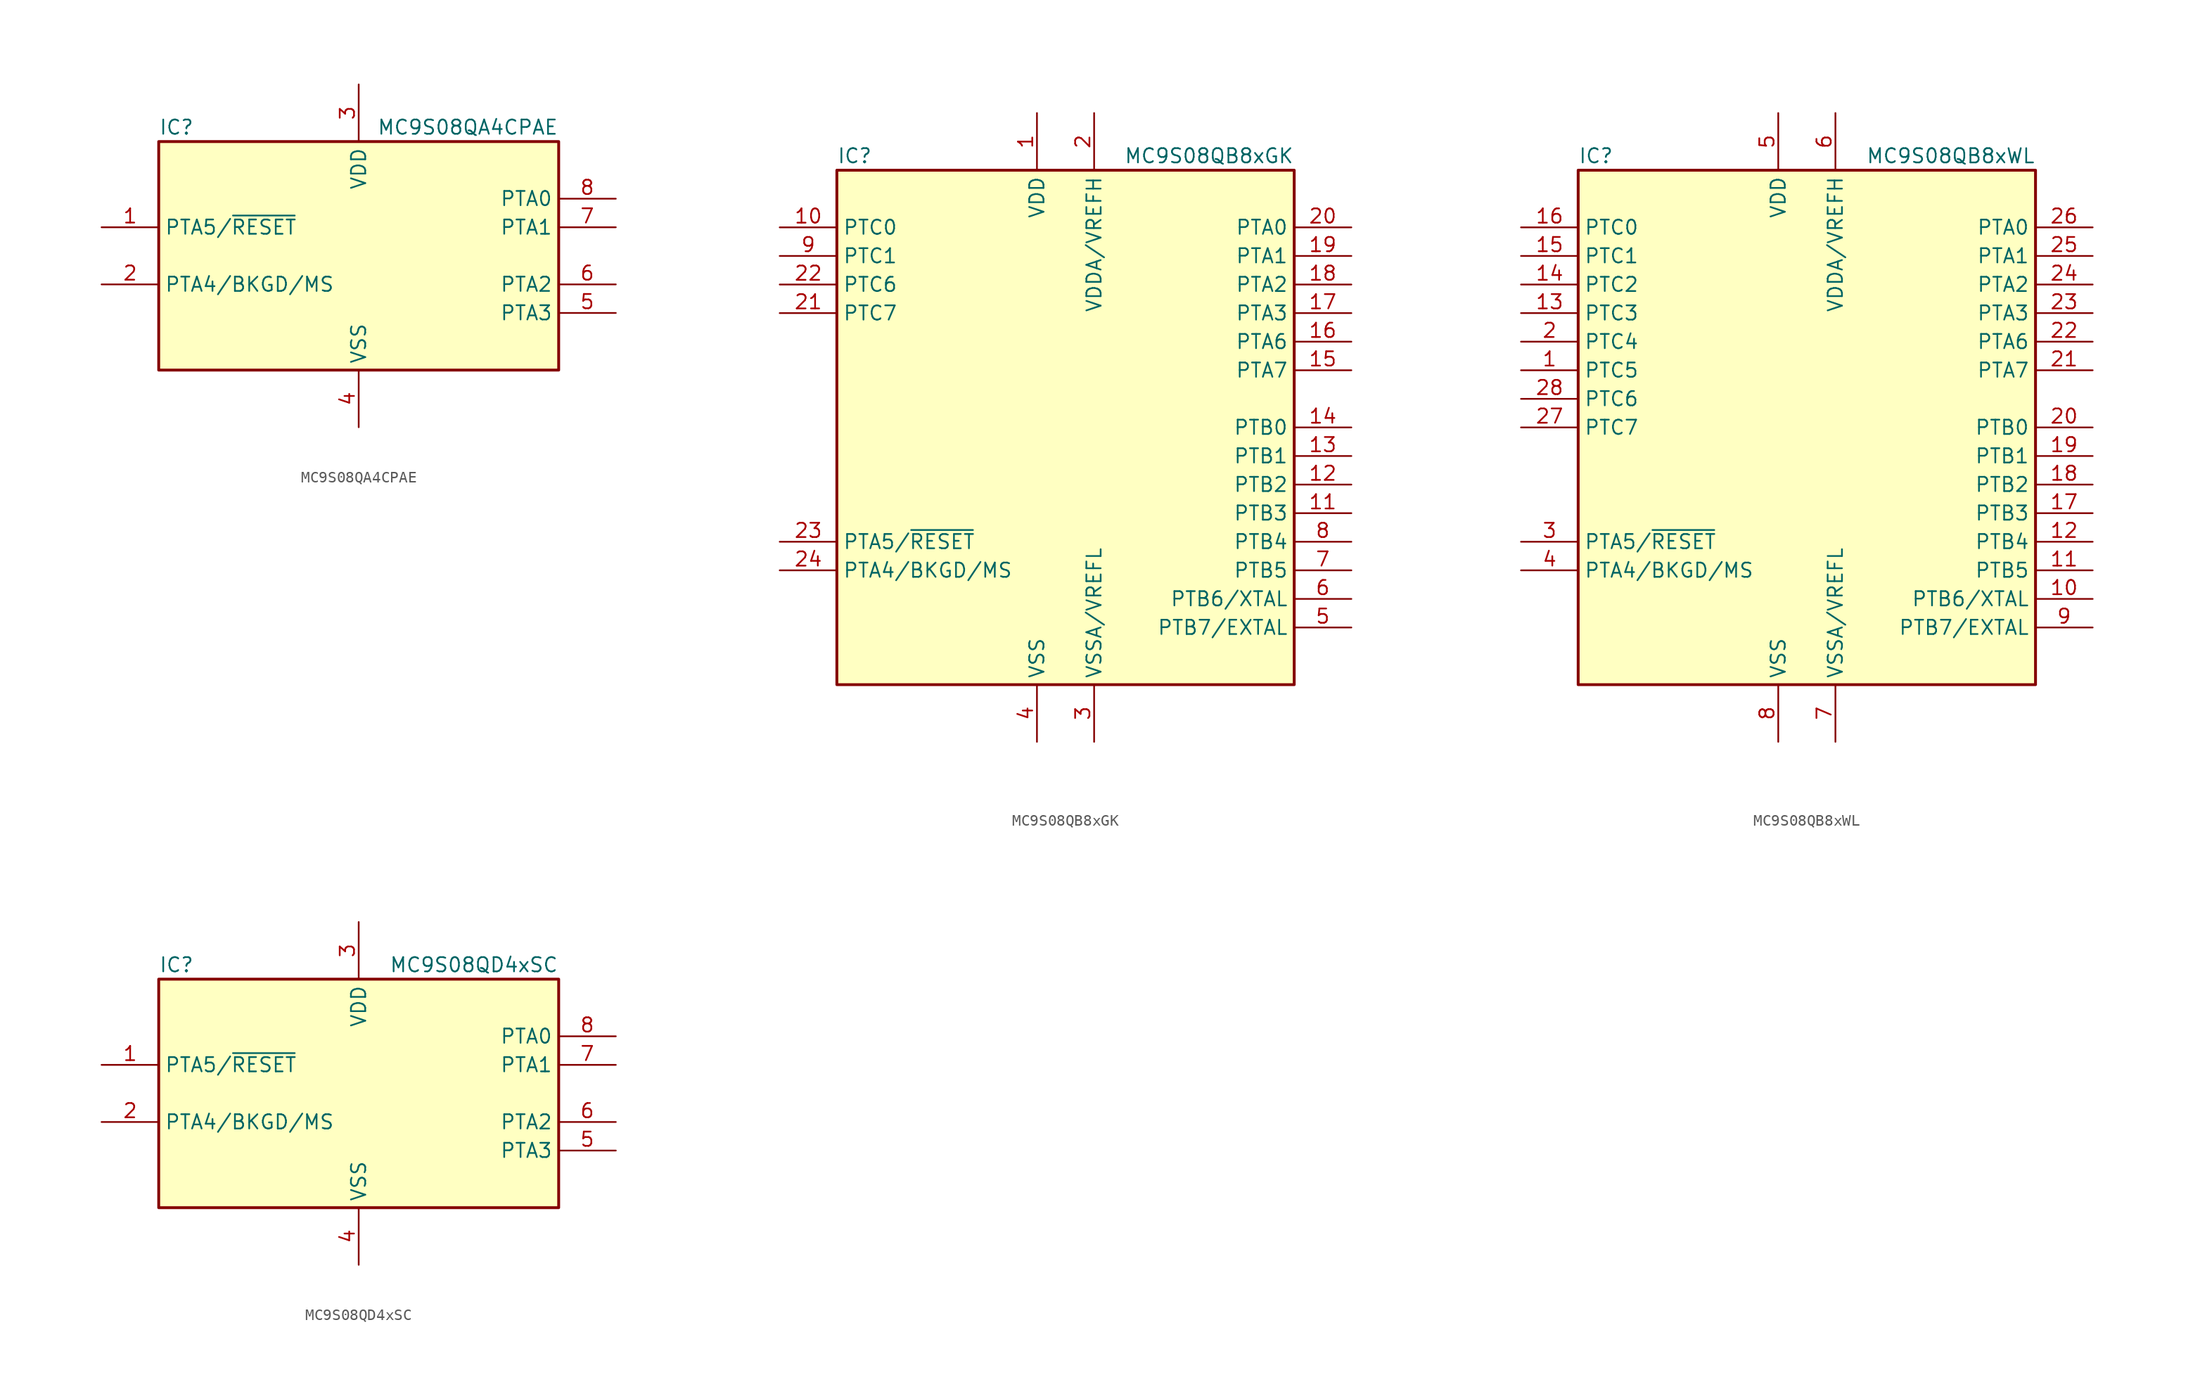
<source format=kicad_sym>
(kicad_symbol_lib
  (version 20220914)
  (generator kicad_symbol_editor)
  (symbol "MC9S08QA4CPAE"
    (property "Reference" "IC"
      (at -17.78 11.43 0)
      (effects (font (size 1.27 1.27)) (justify left)))
    (property "Value" "MC9S08QA4CPAE"
      (at 17.78 11.43 0)
      (effects (font (size 1.27 1.27)) (justify right)))
    (symbol "MC9S08QA4CPAE_0_1"
      (rectangle (start -17.78 10.16) (end 17.78 -10.16) (stroke (width 0.254) (type default)) (fill (type background))))
    (symbol "MC9S08QA4CPAE_1_1"
      (pin bidirectional line (at -22.86 2.54 0) (length 5.08) (name "PTA5/~{RESET}" (effects (font (size 1.27 1.27)))) (number "1" (effects (font (size 1.27 1.27)))))
      (pin bidirectional line (at -22.86 -2.54 0) (length 5.08) (name "PTA4/BKGD/MS" (effects (font (size 1.27 1.27)))) (number "2" (effects (font (size 1.27 1.27)))))
      (pin power_in line (at 0 15.24 270) (length 5.08) (name "VDD" (effects (font (size 1.27 1.27)))) (number "3" (effects (font (size 1.27 1.27)))))
      (pin power_in line (at 0 -15.24 90) (length 5.08) (name "VSS" (effects (font (size 1.27 1.27)))) (number "4" (effects (font (size 1.27 1.27)))))
      (pin bidirectional line (at 22.86 -5.08 180) (length 5.08) (name "PTA3" (effects (font (size 1.27 1.27)))) (number "5" (effects (font (size 1.27 1.27)))))
      (pin bidirectional line (at 22.86 -2.54 180) (length 5.08) (name "PTA2" (effects (font (size 1.27 1.27)))) (number "6" (effects (font (size 1.27 1.27)))))
      (pin bidirectional line (at 22.86 2.54 180) (length 5.08) (name "PTA1" (effects (font (size 1.27 1.27)))) (number "7" (effects (font (size 1.27 1.27)))))
      (pin bidirectional line (at 22.86 5.08 180) (length 5.08) (name "PTA0" (effects (font (size 1.27 1.27)))) (number "8" (effects (font (size 1.27 1.27)))))))
  (symbol "MC9S08QB8xGK"
    (property "Reference" "IC"
      (at -20.32 24.13 0)
      (effects (font (size 1.27 1.27)) (justify left)))
    (property "Value" "MC9S08QB8xGK"
      (at 20.32 24.13 0)
      (effects (font (size 1.27 1.27)) (justify right)))
    (symbol "MC9S08QB8xGK_0_1"
      (rectangle (start -20.32 22.86) (end 20.32 -22.86) (stroke (width 0.254) (type default)) (fill (type background))))
    (symbol "MC9S08QB8xGK_1_1"
      (pin power_in line (at -2.54 27.94 270) (length 5.08) (name "VDD" (effects (font (size 1.27 1.27)))) (number "1" (effects (font (size 1.27 1.27)))))
      (pin bidirectional line (at -25.4 17.78 0) (length 5.08) (name "PTC0" (effects (font (size 1.27 1.27)))) (number "10" (effects (font (size 1.27 1.27)))))
      (pin bidirectional line (at 25.4 -7.62 180) (length 5.08) (name "PTB3" (effects (font (size 1.27 1.27)))) (number "11" (effects (font (size 1.27 1.27)))))
      (pin bidirectional line (at 25.4 -5.08 180) (length 5.08) (name "PTB2" (effects (font (size 1.27 1.27)))) (number "12" (effects (font (size 1.27 1.27)))))
      (pin bidirectional line (at 25.4 -2.54 180) (length 5.08) (name "PTB1" (effects (font (size 1.27 1.27)))) (number "13" (effects (font (size 1.27 1.27)))))
      (pin bidirectional line (at 25.4 0 180) (length 5.08) (name "PTB0" (effects (font (size 1.27 1.27)))) (number "14" (effects (font (size 1.27 1.27)))))
      (pin bidirectional line (at 25.4 5.08 180) (length 5.08) (name "PTA7" (effects (font (size 1.27 1.27)))) (number "15" (effects (font (size 1.27 1.27)))))
      (pin bidirectional line (at 25.4 7.62 180) (length 5.08) (name "PTA6" (effects (font (size 1.27 1.27)))) (number "16" (effects (font (size 1.27 1.27)))))
      (pin bidirectional line (at 25.4 10.16 180) (length 5.08) (name "PTA3" (effects (font (size 1.27 1.27)))) (number "17" (effects (font (size 1.27 1.27)))))
      (pin bidirectional line (at 25.4 12.7 180) (length 5.08) (name "PTA2" (effects (font (size 1.27 1.27)))) (number "18" (effects (font (size 1.27 1.27)))))
      (pin bidirectional line (at 25.4 15.24 180) (length 5.08) (name "PTA1" (effects (font (size 1.27 1.27)))) (number "19" (effects (font (size 1.27 1.27)))))
      (pin power_in line (at 2.54 27.94 270) (length 5.08) (name "VDDA/VREFH" (effects (font (size 1.27 1.27)))) (number "2" (effects (font (size 1.27 1.27)))))
      (pin bidirectional line (at 25.4 17.78 180) (length 5.08) (name "PTA0" (effects (font (size 1.27 1.27)))) (number "20" (effects (font (size 1.27 1.27)))))
      (pin bidirectional line (at -25.4 10.16 0) (length 5.08) (name "PTC7" (effects (font (size 1.27 1.27)))) (number "21" (effects (font (size 1.27 1.27)))))
      (pin bidirectional line (at -25.4 12.7 0) (length 5.08) (name "PTC6" (effects (font (size 1.27 1.27)))) (number "22" (effects (font (size 1.27 1.27)))))
      (pin bidirectional line (at -25.4 -10.16 0) (length 5.08) (name "PTA5/~{RESET}" (effects (font (size 1.27 1.27)))) (number "23" (effects (font (size 1.27 1.27)))))
      (pin bidirectional line (at -25.4 -12.7 0) (length 5.08) (name "PTA4/BKGD/MS" (effects (font (size 1.27 1.27)))) (number "24" (effects (font (size 1.27 1.27)))))
      (pin power_in line (at 2.54 -27.94 90) (length 5.08) (name "VSSA/VREFL" (effects (font (size 1.27 1.27)))) (number "3" (effects (font (size 1.27 1.27)))))
      (pin power_in line (at -2.54 -27.94 90) (length 5.08) (name "VSS" (effects (font (size 1.27 1.27)))) (number "4" (effects (font (size 1.27 1.27)))))
      (pin bidirectional line (at 25.4 -17.78 180) (length 5.08) (name "PTB7/EXTAL" (effects (font (size 1.27 1.27)))) (number "5" (effects (font (size 1.27 1.27)))))
      (pin bidirectional line (at 25.4 -15.24 180) (length 5.08) (name "PTB6/XTAL" (effects (font (size 1.27 1.27)))) (number "6" (effects (font (size 1.27 1.27)))))
      (pin bidirectional line (at 25.4 -12.7 180) (length 5.08) (name "PTB5" (effects (font (size 1.27 1.27)))) (number "7" (effects (font (size 1.27 1.27)))))
      (pin bidirectional line (at 25.4 -10.16 180) (length 5.08) (name "PTB4" (effects (font (size 1.27 1.27)))) (number "8" (effects (font (size 1.27 1.27)))))
      (pin bidirectional line (at -25.4 15.24 0) (length 5.08) (name "PTC1" (effects (font (size 1.27 1.27)))) (number "9" (effects (font (size 1.27 1.27)))))))
  (symbol "MC9S08QB8xWL"
    (property "Reference" "IC"
      (at -20.32 24.13 0)
      (effects (font (size 1.27 1.27)) (justify left)))
    (property "Value" "MC9S08QB8xWL"
      (at 20.32 24.13 0)
      (effects (font (size 1.27 1.27)) (justify right)))
    (symbol "MC9S08QB8xWL_0_1"
      (rectangle (start -20.32 22.86) (end 20.32 -22.86) (stroke (width 0.254) (type default)) (fill (type background))))
    (symbol "MC9S08QB8xWL_1_1"
      (pin bidirectional line (at -25.4 5.08 0) (length 5.08) (name "PTC5" (effects (font (size 1.27 1.27)))) (number "1" (effects (font (size 1.27 1.27)))))
      (pin bidirectional line (at 25.4 -15.24 180) (length 5.08) (name "PTB6/XTAL" (effects (font (size 1.27 1.27)))) (number "10" (effects (font (size 1.27 1.27)))))
      (pin bidirectional line (at 25.4 -12.7 180) (length 5.08) (name "PTB5" (effects (font (size 1.27 1.27)))) (number "11" (effects (font (size 1.27 1.27)))))
      (pin bidirectional line (at 25.4 -10.16 180) (length 5.08) (name "PTB4" (effects (font (size 1.27 1.27)))) (number "12" (effects (font (size 1.27 1.27)))))
      (pin bidirectional line (at -25.4 10.16 0) (length 5.08) (name "PTC3" (effects (font (size 1.27 1.27)))) (number "13" (effects (font (size 1.27 1.27)))))
      (pin bidirectional line (at -25.4 12.7 0) (length 5.08) (name "PTC2" (effects (font (size 1.27 1.27)))) (number "14" (effects (font (size 1.27 1.27)))))
      (pin bidirectional line (at -25.4 15.24 0) (length 5.08) (name "PTC1" (effects (font (size 1.27 1.27)))) (number "15" (effects (font (size 1.27 1.27)))))
      (pin bidirectional line (at -25.4 17.78 0) (length 5.08) (name "PTC0" (effects (font (size 1.27 1.27)))) (number "16" (effects (font (size 1.27 1.27)))))
      (pin bidirectional line (at 25.4 -7.62 180) (length 5.08) (name "PTB3" (effects (font (size 1.27 1.27)))) (number "17" (effects (font (size 1.27 1.27)))))
      (pin bidirectional line (at 25.4 -5.08 180) (length 5.08) (name "PTB2" (effects (font (size 1.27 1.27)))) (number "18" (effects (font (size 1.27 1.27)))))
      (pin bidirectional line (at 25.4 -2.54 180) (length 5.08) (name "PTB1" (effects (font (size 1.27 1.27)))) (number "19" (effects (font (size 1.27 1.27)))))
      (pin bidirectional line (at -25.4 7.62 0) (length 5.08) (name "PTC4" (effects (font (size 1.27 1.27)))) (number "2" (effects (font (size 1.27 1.27)))))
      (pin bidirectional line (at 25.4 0 180) (length 5.08) (name "PTB0" (effects (font (size 1.27 1.27)))) (number "20" (effects (font (size 1.27 1.27)))))
      (pin bidirectional line (at 25.4 5.08 180) (length 5.08) (name "PTA7" (effects (font (size 1.27 1.27)))) (number "21" (effects (font (size 1.27 1.27)))))
      (pin bidirectional line (at 25.4 7.62 180) (length 5.08) (name "PTA6" (effects (font (size 1.27 1.27)))) (number "22" (effects (font (size 1.27 1.27)))))
      (pin bidirectional line (at 25.4 10.16 180) (length 5.08) (name "PTA3" (effects (font (size 1.27 1.27)))) (number "23" (effects (font (size 1.27 1.27)))))
      (pin bidirectional line (at 25.4 12.7 180) (length 5.08) (name "PTA2" (effects (font (size 1.27 1.27)))) (number "24" (effects (font (size 1.27 1.27)))))
      (pin bidirectional line (at 25.4 15.24 180) (length 5.08) (name "PTA1" (effects (font (size 1.27 1.27)))) (number "25" (effects (font (size 1.27 1.27)))))
      (pin bidirectional line (at 25.4 17.78 180) (length 5.08) (name "PTA0" (effects (font (size 1.27 1.27)))) (number "26" (effects (font (size 1.27 1.27)))))
      (pin bidirectional line (at -25.4 0 0) (length 5.08) (name "PTC7" (effects (font (size 1.27 1.27)))) (number "27" (effects (font (size 1.27 1.27)))))
      (pin bidirectional line (at -25.4 2.54 0) (length 5.08) (name "PTC6" (effects (font (size 1.27 1.27)))) (number "28" (effects (font (size 1.27 1.27)))))
      (pin bidirectional line (at -25.4 -10.16 0) (length 5.08) (name "PTA5/~{RESET}" (effects (font (size 1.27 1.27)))) (number "3" (effects (font (size 1.27 1.27)))))
      (pin bidirectional line (at -25.4 -12.7 0) (length 5.08) (name "PTA4/BKGD/MS" (effects (font (size 1.27 1.27)))) (number "4" (effects (font (size 1.27 1.27)))))
      (pin power_in line (at -2.54 27.94 270) (length 5.08) (name "VDD" (effects (font (size 1.27 1.27)))) (number "5" (effects (font (size 1.27 1.27)))))
      (pin power_in line (at 2.54 27.94 270) (length 5.08) (name "VDDA/VREFH" (effects (font (size 1.27 1.27)))) (number "6" (effects (font (size 1.27 1.27)))))
      (pin power_in line (at 2.54 -27.94 90) (length 5.08) (name "VSSA/VREFL" (effects (font (size 1.27 1.27)))) (number "7" (effects (font (size 1.27 1.27)))))
      (pin power_in line (at -2.54 -27.94 90) (length 5.08) (name "VSS" (effects (font (size 1.27 1.27)))) (number "8" (effects (font (size 1.27 1.27)))))
      (pin bidirectional line (at 25.4 -17.78 180) (length 5.08) (name "PTB7/EXTAL" (effects (font (size 1.27 1.27)))) (number "9" (effects (font (size 1.27 1.27)))))))
  (symbol "MC9S08QD4xSC"
    (property "Reference" "IC"
      (at -17.78 11.43 0)
      (effects (font (size 1.27 1.27)) (justify left)))
    (property "Value" "MC9S08QD4xSC"
      (at 17.78 11.43 0)
      (effects (font (size 1.27 1.27)) (justify right)))
    (symbol "MC9S08QD4xSC_0_1"
      (rectangle (start -17.78 10.16) (end 17.78 -10.16) (stroke (width 0.254) (type default)) (fill (type background))))
    (symbol "MC9S08QD4xSC_1_1"
      (pin bidirectional line (at -22.86 2.54 0) (length 5.08) (name "PTA5/~{RESET}" (effects (font (size 1.27 1.27)))) (number "1" (effects (font (size 1.27 1.27)))))
      (pin bidirectional line (at -22.86 -2.54 0) (length 5.08) (name "PTA4/BKGD/MS" (effects (font (size 1.27 1.27)))) (number "2" (effects (font (size 1.27 1.27)))))
      (pin power_in line (at 0 15.24 270) (length 5.08) (name "VDD" (effects (font (size 1.27 1.27)))) (number "3" (effects (font (size 1.27 1.27)))))
      (pin power_in line (at 0 -15.24 90) (length 5.08) (name "VSS" (effects (font (size 1.27 1.27)))) (number "4" (effects (font (size 1.27 1.27)))))
      (pin bidirectional line (at 22.86 -5.08 180) (length 5.08) (name "PTA3" (effects (font (size 1.27 1.27)))) (number "5" (effects (font (size 1.27 1.27)))))
      (pin bidirectional line (at 22.86 -2.54 180) (length 5.08) (name "PTA2" (effects (font (size 1.27 1.27)))) (number "6" (effects (font (size 1.27 1.27)))))
      (pin bidirectional line (at 22.86 2.54 180) (length 5.08) (name "PTA1" (effects (font (size 1.27 1.27)))) (number "7" (effects (font (size 1.27 1.27)))))
      (pin bidirectional line (at 22.86 5.08 180) (length 5.08) (name "PTA0" (effects (font (size 1.27 1.27)))) (number "8" (effects (font (size 1.27 1.27))))))))
</source>
